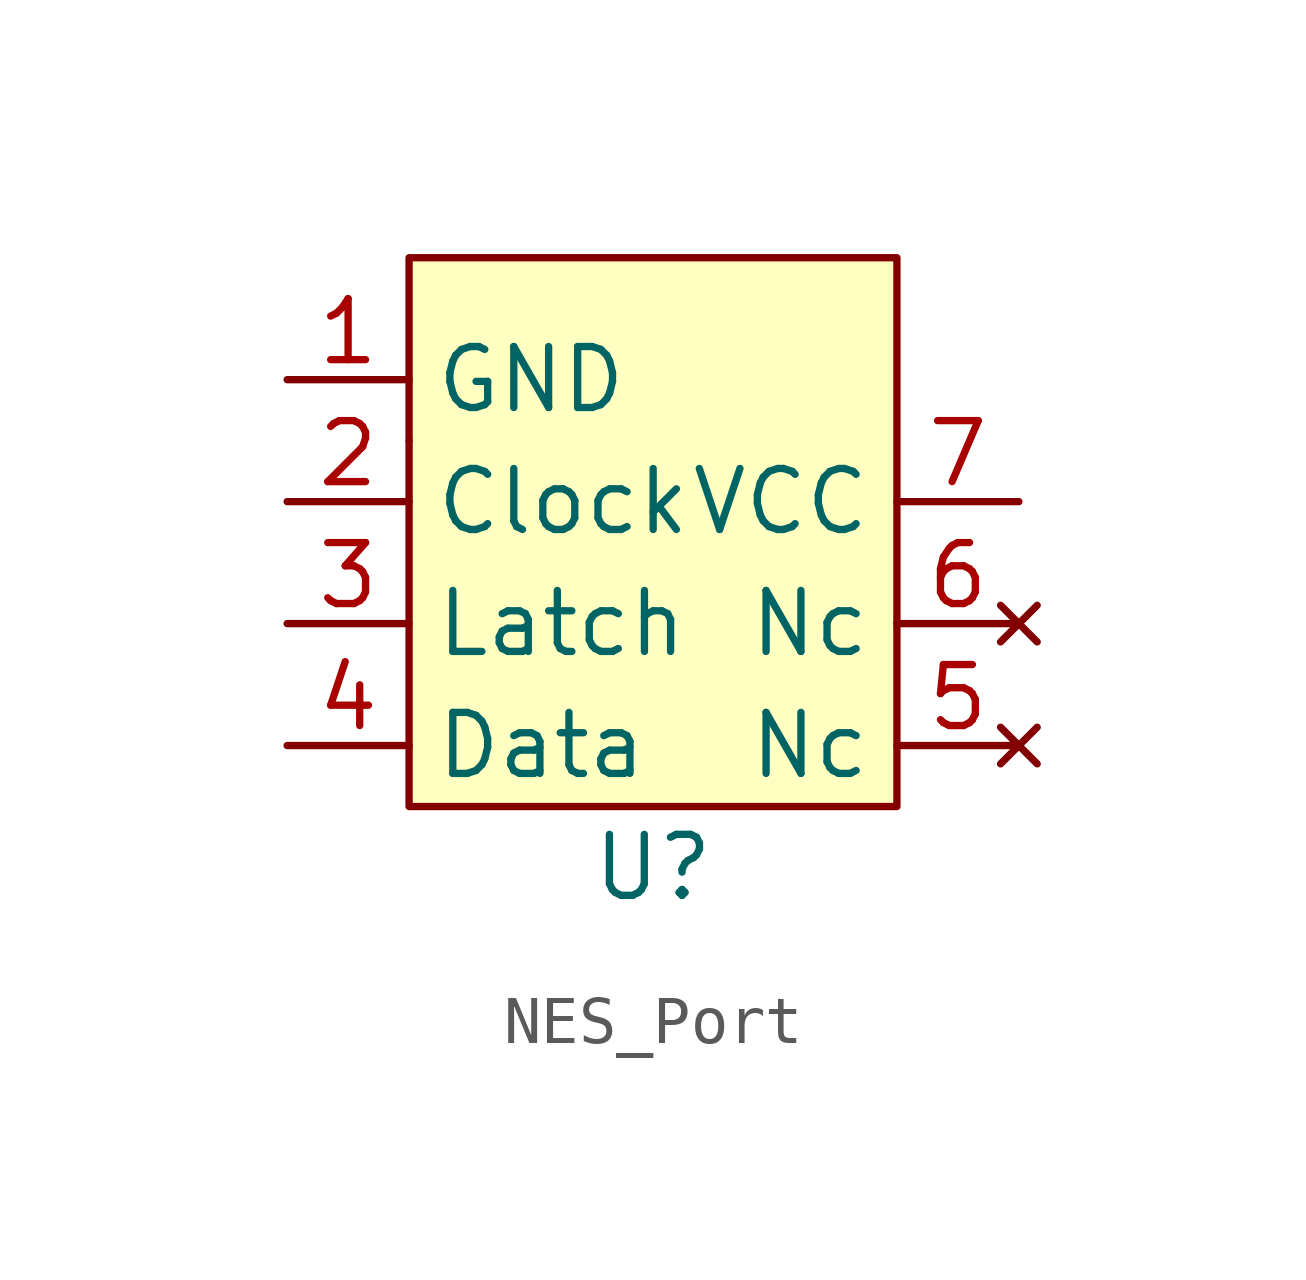
<source format=kicad_sym>
(kicad_symbol_lib
  (version 20220914)
  (generator kicad_symbol_editor)
  (symbol "NES_Port"
    (property "Reference" "U"
      (at 0 -5.08 0)
      (effects (font (size 1.27 1.27))))
    (property "Value" ""
      (at -2.54 1.27 0)
      (effects (font (size 1.27 1.27))))
    (symbol "NES_Port_0_1"
      (rectangle (start -5.08 3.81) (end -5.08 3.81) (stroke (width 0) (type default)) (fill (type none))))
    (symbol "NES_Port_1_1"
      (rectangle (start -5.08 7.62) (end 5.08 -3.81) (stroke (width 0) (type default)) (fill (type background)))
      (pin unspecified line (at -7.62 5.08 0) (length 2.54) (name "GND" (effects (font (size 1.27 1.27)))) (number "1" (effects (font (size 1.27 1.27)))))
      (pin input line (at -7.62 2.54 0) (length 2.54) (name "Clock" (effects (font (size 1.27 1.27)))) (number "2" (effects (font (size 1.27 1.27)))))
      (pin input line (at -7.62 0 0) (length 2.54) (name "Latch" (effects (font (size 1.27 1.27)))) (number "3" (effects (font (size 1.27 1.27)))))
      (pin output line (at -7.62 -2.54 0) (length 2.54) (name "Data" (effects (font (size 1.27 1.27)))) (number "4" (effects (font (size 1.27 1.27)))))
      (pin no_connect line (at 7.62 -2.54 180) (length 2.54) (name "Nc" (effects (font (size 1.27 1.27)))) (number "5" (effects (font (size 1.27 1.27)))))
      (pin no_connect line (at 7.62 0 180) (length 2.54) (name "Nc" (effects (font (size 1.27 1.27)))) (number "6" (effects (font (size 1.27 1.27)))))
      (pin unspecified line (at 7.62 2.54 180) (length 2.54) (name "VCC" (effects (font (size 1.27 1.27)))) (number "7" (effects (font (size 1.27 1.27))))))))
</source>
